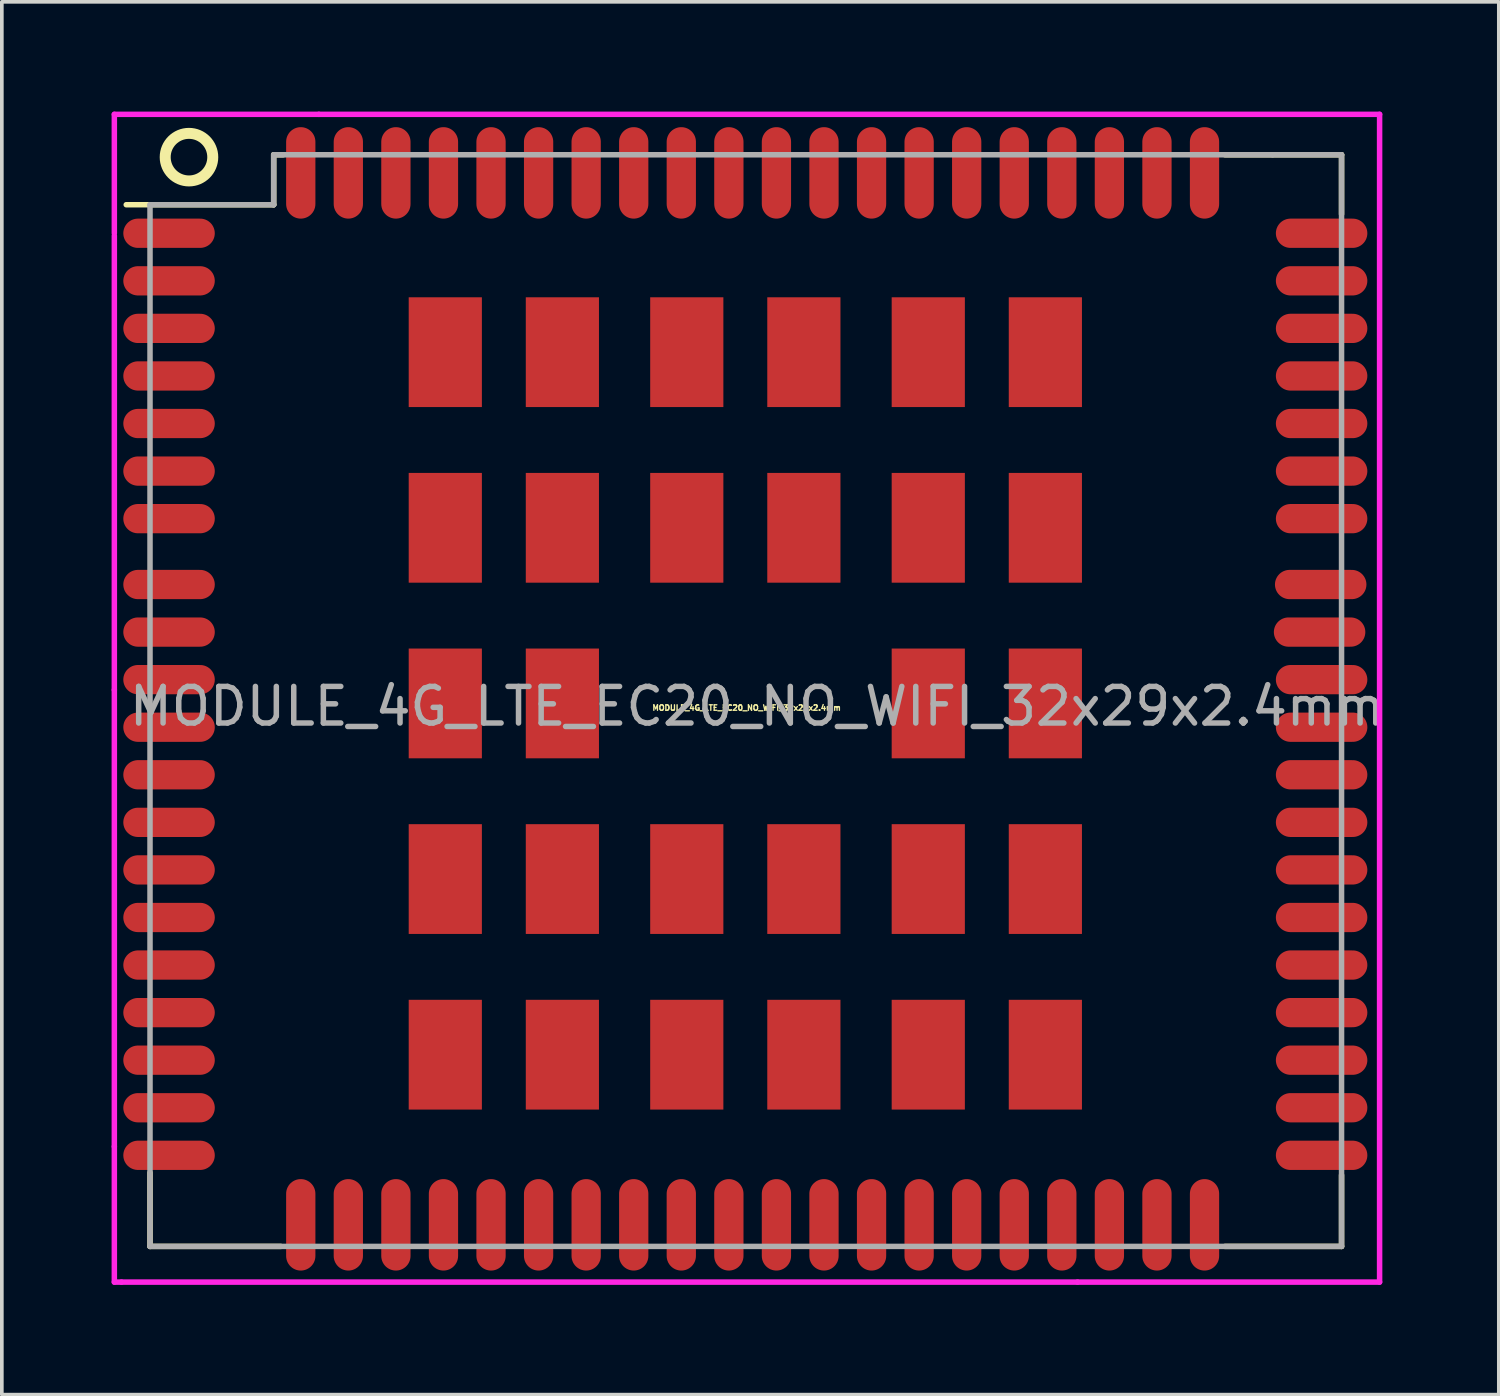
<source format=kicad_pcb>
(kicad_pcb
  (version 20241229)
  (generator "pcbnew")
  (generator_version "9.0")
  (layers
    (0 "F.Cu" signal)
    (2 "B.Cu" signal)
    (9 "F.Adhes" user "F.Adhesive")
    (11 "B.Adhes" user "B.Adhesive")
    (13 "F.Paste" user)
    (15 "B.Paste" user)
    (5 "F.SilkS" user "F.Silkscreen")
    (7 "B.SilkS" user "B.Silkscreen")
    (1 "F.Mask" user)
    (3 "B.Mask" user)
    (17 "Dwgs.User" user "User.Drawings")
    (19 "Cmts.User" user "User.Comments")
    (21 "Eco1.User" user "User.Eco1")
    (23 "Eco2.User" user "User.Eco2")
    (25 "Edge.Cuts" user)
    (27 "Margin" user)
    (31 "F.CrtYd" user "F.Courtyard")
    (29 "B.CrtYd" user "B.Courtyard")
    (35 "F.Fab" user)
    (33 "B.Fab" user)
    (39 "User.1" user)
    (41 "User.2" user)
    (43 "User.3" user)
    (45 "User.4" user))
  (footprint "MODULE_4G_LTE_EC20_NO_WIFI_32x29x2.4mm"
    (layer "F.Cu")
    (at 17.235 16.065)
    (property "Reference" "MODULE_4G_LTE_EC20_NO_WIFI_32x29x2.4mm" (at 0.12 0.23 0) (layer "F.SilkS") (effects (font (size 0.15 0.15) (thickness 0.037))))
    (attr smd)
    (fp_line (start -16.835 -13.52) (end -12.805 -13.52) (stroke (width 0.15) (type solid)) (layer "F.SilkS"))
    (fp_line (start -16.185 12.935) (end -16.185 14.95) (stroke (width 0.15) (type solid)) (layer "F.SilkS"))
    (fp_line (start -16.185 14.95) (end -12.61 14.95) (stroke (width 0.15) (type solid)) (layer "F.SilkS"))
    (fp_line (start -12.805 -14.885) (end -12.545 -14.885) (stroke (width 0.15) (type solid)) (layer "F.SilkS"))
    (fp_line (start -12.805 -13.52) (end -12.805 -14.885) (stroke (width 0.15) (type solid)) (layer "F.SilkS"))
    (fp_line (start 13.195 -14.885) (end 16.38 -14.885) (stroke (width 0.15) (type solid)) (layer "F.SilkS"))
    (fp_line (start 13.195 14.95) (end 16.38 14.95) (stroke (width 0.15) (type solid)) (layer "F.SilkS"))
    (fp_line (start 16.38 -14.885) (end 16.38 -13.26) (stroke (width 0.15) (type solid)) (layer "F.SilkS"))
    (fp_line (start 16.38 14.95) (end 16.38 13) (stroke (width 0.15) (type solid)) (layer "F.SilkS"))
    (fp_circle (center -15.12 -14.82) (end -14.47 -14.82) (stroke (width 0.3) (type solid)) (fill no) (layer "F.SilkS"))
    (fp_line (start -17.16 -15.99) (end -11.57 -15.99) (stroke (width 0.15) (type solid)) (layer "F.CrtYd"))
    (fp_line (start -17.16 -12.74) (end -17.16 -15.99) (stroke (width 0.15) (type solid)) (layer "F.CrtYd"))
    (fp_line (start -17.16 -0.26) (end -17.16 -12.675) (stroke (width 0.15) (type solid)) (layer "F.CrtYd"))
    (fp_line (start -17.16 12.22) (end -17.16 -0.26) (stroke (width 0.15) (type solid)) (layer "F.CrtYd"))
    (fp_line (start -17.16 15.925) (end -17.16 12.22) (stroke (width 0.15) (type solid)) (layer "F.CrtYd"))
    (fp_line (start -16.965 15.925) (end -17.16 15.925) (stroke (width 0.15) (type solid)) (layer "F.CrtYd"))
    (fp_line (start -11.57 -15.99) (end 17.42 -15.99) (stroke (width 0.15) (type solid)) (layer "F.CrtYd"))
    (fp_line (start 9.165 15.925) (end -16.965 15.925) (stroke (width 0.15) (type solid)) (layer "F.CrtYd"))
    (fp_line (start 17.42 -15.99) (end 17.42 15.925) (stroke (width 0.15) (type solid)) (layer "F.CrtYd"))
    (fp_line (start 17.42 15.925) (end 9.165 15.925) (stroke (width 0.15) (type solid)) (layer "F.CrtYd"))
    (fp_line (start -16.185 -13.52) (end -12.805 -13.52) (stroke (width 0.15) (type solid)) (layer "F.Fab"))
    (fp_line (start -16.185 14.95) (end -16.185 -13.52) (stroke (width 0.15) (type solid)) (layer "F.Fab"))
    (fp_line (start -12.805 -14.885) (end 14.495 -14.885) (stroke (width 0.15) (type solid)) (layer "F.Fab"))
    (fp_line (start -12.805 -13.52) (end -12.805 -14.885) (stroke (width 0.15) (type solid)) (layer "F.Fab"))
    (fp_line (start 14.495 -14.885) (end 16.38 -14.885) (stroke (width 0.15) (type solid)) (layer "F.Fab"))
    (fp_line (start 16.38 -14.885) (end 16.38 14.95) (stroke (width 0.15) (type solid)) (layer "F.Fab"))
    (fp_line (start 16.38 14.95) (end -16.185 14.95) (stroke (width 0.15) (type solid)) (layer "F.Fab"))
    (fp_text user "${REFERENCE}" (at 0.41 0.19 0) (layer "F.Fab") (effects (font (size 1 1) (thickness 0.15))))
    (pad "1" smd oval (at -15.665 -12.74) (size 2.5 0.8) (layers "F.Cu" "F.Mask" "F.Paste"))
    (pad "2" smd oval (at -15.665 -11.44) (size 2.5 0.8) (layers "F.Cu" "F.Mask" "F.Paste"))
    (pad "3" smd oval (at -15.665 -10.14) (size 2.5 0.8) (layers "F.Cu" "F.Mask" "F.Paste"))
    (pad "4" smd oval (at -15.665 -8.84) (size 2.5 0.8) (layers "F.Cu" "F.Mask" "F.Paste"))
    (pad "5" smd oval (at -15.665 -7.54) (size 2.5 0.8) (layers "F.Cu" "F.Mask" "F.Paste"))
    (pad "6" smd oval (at -15.665 -6.24) (size 2.5 0.8) (layers "F.Cu" "F.Mask" "F.Paste"))
    (pad "7" smd oval (at -15.665 -4.94) (size 2.5 0.8) (layers "F.Cu" "F.Mask" "F.Paste"))
    (pad "8" smd oval (at -15.665 -0.54) (size 2.5 0.8) (layers "F.Cu" "F.Mask" "F.Paste"))
    (pad "9" smd oval (at -15.665 0.76) (size 2.5 0.8) (layers "F.Cu" "F.Mask" "F.Paste"))
    (pad "10" smd oval (at -15.665 2.06) (size 2.5 0.8) (layers "F.Cu" "F.Mask" "F.Paste"))
    (pad "11" smd oval (at -15.665 3.36) (size 2.5 0.8) (layers "F.Cu" "F.Mask" "F.Paste"))
    (pad "12" smd oval (at -15.665 4.66) (size 2.5 0.8) (layers "F.Cu" "F.Mask" "F.Paste"))
    (pad "13" smd oval (at -15.665 5.96) (size 2.5 0.8) (layers "F.Cu" "F.Mask" "F.Paste"))
    (pad "14" smd oval (at -15.665 7.26) (size 2.5 0.8) (layers "F.Cu" "F.Mask" "F.Paste"))
    (pad "15" smd oval (at -15.665 8.56) (size 2.5 0.8) (layers "F.Cu" "F.Mask" "F.Paste"))
    (pad "16" smd oval (at -15.665 9.86) (size 2.5 0.8) (layers "F.Cu" "F.Mask" "F.Paste"))
    (pad "17" smd oval (at -15.665 11.16) (size 2.5 0.8) (layers "F.Cu" "F.Mask" "F.Paste"))
    (pad "18" smd oval (at -15.665 12.46) (size 2.5 0.8) (layers "F.Cu" "F.Mask" "F.Paste"))
    (pad "19" smd oval (at -9.465 14.36 90) (size 2.5 0.8) (layers "F.Cu" "F.Mask" "F.Paste"))
    (pad "20" smd oval (at -8.165 14.36 90) (size 2.5 0.8) (layers "F.Cu" "F.Mask" "F.Paste"))
    (pad "21" smd oval (at -6.865 14.36 90) (size 2.5 0.8) (layers "F.Cu" "F.Mask" "F.Paste"))
    (pad "22" smd oval (at -5.565 14.36 90) (size 2.5 0.8) (layers "F.Cu" "F.Mask" "F.Paste"))
    (pad "23" smd oval (at -4.265 14.36 90) (size 2.5 0.8) (layers "F.Cu" "F.Mask" "F.Paste"))
    (pad "24" smd oval (at -2.965 14.36 90) (size 2.5 0.8) (layers "F.Cu" "F.Mask" "F.Paste"))
    (pad "25" smd oval (at -1.665 14.36 90) (size 2.5 0.8) (layers "F.Cu" "F.Mask" "F.Paste"))
    (pad "26" smd oval (at -0.365 14.36 90) (size 2.5 0.8) (layers "F.Cu" "F.Mask" "F.Paste"))
    (pad "27" smd oval (at 0.935 14.36 90) (size 2.5 0.8) (layers "F.Cu" "F.Mask" "F.Paste"))
    (pad "28" smd oval (at 2.235 14.36 90) (size 2.5 0.8) (layers "F.Cu" "F.Mask" "F.Paste"))
    (pad "29" smd oval (at 3.535 14.36 90) (size 2.5 0.8) (layers "F.Cu" "F.Mask" "F.Paste"))
    (pad "30" smd oval (at 4.835 14.36 90) (size 2.5 0.8) (layers "F.Cu" "F.Mask" "F.Paste"))
    (pad "31" smd oval (at 6.135 14.36 90) (size 2.5 0.8) (layers "F.Cu" "F.Mask" "F.Paste"))
    (pad "32" smd oval (at 7.435 14.36 90) (size 2.5 0.8) (layers "F.Cu" "F.Mask" "F.Paste"))
    (pad "33" smd oval (at 8.735 14.36 90) (size 2.5 0.8) (layers "F.Cu" "F.Mask" "F.Paste"))
    (pad "34" smd oval (at 10.035 14.36 90) (size 2.5 0.8) (layers "F.Cu" "F.Mask" "F.Paste"))
    (pad "35" smd oval (at 11.335 14.36 90) (size 2.5 0.8) (layers "F.Cu" "F.Mask" "F.Paste"))
    (pad "36" smd oval (at 12.635 14.36 90) (size 2.5 0.8) (layers "F.Cu" "F.Mask" "F.Paste"))
    (pad "37" smd oval (at 15.835 12.46) (size 2.5 0.8) (layers "F.Cu" "F.Mask" "F.Paste"))
    (pad "38" smd oval (at 15.835 11.16) (size 2.5 0.8) (layers "F.Cu" "F.Mask" "F.Paste"))
    (pad "39" smd oval (at 15.835 9.86) (size 2.5 0.8) (layers "F.Cu" "F.Mask" "F.Paste"))
    (pad "40" smd oval (at 15.835 8.56) (size 2.5 0.8) (layers "F.Cu" "F.Mask" "F.Paste"))
    (pad "41" smd oval (at 15.835 7.26) (size 2.5 0.8) (layers "F.Cu" "F.Mask" "F.Paste"))
    (pad "42" smd oval (at 15.835 5.96) (size 2.5 0.8) (layers "F.Cu" "F.Mask" "F.Paste"))
    (pad "43" smd oval (at 15.835 4.66) (size 2.5 0.8) (layers "F.Cu" "F.Mask" "F.Paste"))
    (pad "44" smd oval (at 15.835 3.36) (size 2.5 0.8) (layers "F.Cu" "F.Mask" "F.Paste"))
    (pad "45" smd oval (at 15.835 2.06) (size 2.5 0.8) (layers "F.Cu" "F.Mask" "F.Paste"))
    (pad "46" smd oval (at 15.835 0.76) (size 2.5 0.8) (layers "F.Cu" "F.Mask" "F.Paste"))
    (pad "47" smd oval (at 15.835 -0.54) (size 2.5 0.8) (layers "F.Cu" "F.Mask" "F.Paste"))
    (pad "48" smd oval (at 15.835 -4.94) (size 2.5 0.8) (layers "F.Cu" "F.Mask" "F.Paste"))
    (pad "49" smd oval (at 15.835 -6.24) (size 2.5 0.8) (layers "F.Cu" "F.Mask" "F.Paste"))
    (pad "50" smd oval (at 15.835 -7.54) (size 2.5 0.8) (layers "F.Cu" "F.Mask" "F.Paste"))
    (pad "51" smd oval (at 15.835 -8.84) (size 2.5 0.8) (layers "F.Cu" "F.Mask" "F.Paste"))
    (pad "52" smd oval (at 15.835 -10.14) (size 2.5 0.8) (layers "F.Cu" "F.Mask" "F.Paste"))
    (pad "53" smd oval (at 15.835 -11.44) (size 2.5 0.8) (layers "F.Cu" "F.Mask" "F.Paste"))
    (pad "54" smd oval (at 15.835 -12.74) (size 2.5 0.8) (layers "F.Cu" "F.Mask" "F.Paste"))
    (pad "55" smd oval (at 12.635 -14.39 90) (size 2.5 0.8) (layers "F.Cu" "F.Mask" "F.Paste"))
    (pad "56" smd oval (at 11.335 -14.39 90) (size 2.5 0.8) (layers "F.Cu" "F.Mask" "F.Paste"))
    (pad "57" smd oval (at 10.035 -14.39 90) (size 2.5 0.8) (layers "F.Cu" "F.Mask" "F.Paste"))
    (pad "58" smd oval (at 8.735 -14.39 90) (size 2.5 0.8) (layers "F.Cu" "F.Mask" "F.Paste"))
    (pad "59" smd oval (at 7.435 -14.39 90) (size 2.5 0.8) (layers "F.Cu" "F.Mask" "F.Paste"))
    (pad "60" smd oval (at 6.135 -14.39 90) (size 2.5 0.8) (layers "F.Cu" "F.Mask" "F.Paste"))
    (pad "61" smd oval (at 4.835 -14.39 90) (size 2.5 0.8) (layers "F.Cu" "F.Mask" "F.Paste"))
    (pad "62" smd oval (at 3.535 -14.39 90) (size 2.5 0.8) (layers "F.Cu" "F.Mask" "F.Paste"))
    (pad "63" smd oval (at 2.235 -14.39 90) (size 2.5 0.8) (layers "F.Cu" "F.Mask" "F.Paste"))
    (pad "64" smd oval (at 0.935 -14.39 90) (size 2.5 0.8) (layers "F.Cu" "F.Mask" "F.Paste"))
    (pad "65" smd oval (at -0.365 -14.39 90) (size 2.5 0.8) (layers "F.Cu" "F.Mask" "F.Paste"))
    (pad "66" smd oval (at -1.665 -14.39 90) (size 2.5 0.8) (layers "F.Cu" "F.Mask" "F.Paste"))
    (pad "67" smd oval (at -2.965 -14.39 90) (size 2.5 0.8) (layers "F.Cu" "F.Mask" "F.Paste"))
    (pad "68" smd oval (at -4.265 -14.39 90) (size 2.5 0.8) (layers "F.Cu" "F.Mask" "F.Paste"))
    (pad "69" smd oval (at -5.565 -14.39 90) (size 2.5 0.8) (layers "F.Cu" "F.Mask" "F.Paste"))
    (pad "70" smd oval (at -6.865 -14.39 90) (size 2.5 0.8) (layers "F.Cu" "F.Mask" "F.Paste"))
    (pad "71" smd oval (at -8.165 -14.39 90) (size 2.5 0.8) (layers "F.Cu" "F.Mask" "F.Paste"))
    (pad "72" smd oval (at -9.465 -14.39 90) (size 2.5 0.8) (layers "F.Cu" "F.Mask" "F.Paste"))
    (pad "85" smd rect (at 8.285 -9.49 90) (size 3 2) (layers "F.Cu" "F.Mask" "F.Paste"))
    (pad "86" smd rect (at 8.285 -4.69 90) (size 3 2) (layers "F.Cu" "F.Mask" "F.Paste"))
    (pad "87" smd rect (at 8.285 0.11 90) (size 3 2) (layers "F.Cu" "F.Mask" "F.Paste"))
    (pad "88" smd rect (at 8.285 4.91 90) (size 3 2) (layers "F.Cu" "F.Mask" "F.Paste"))
    (pad "89" smd rect (at 8.285 9.71 90) (size 3 2) (layers "F.Cu" "F.Mask" "F.Paste"))
    (pad "90" smd rect (at 5.085 -9.49 90) (size 3 2) (layers "F.Cu" "F.Mask" "F.Paste"))
    (pad "91" smd rect (at 5.085 -4.69 90) (size 3 2) (layers "F.Cu" "F.Mask" "F.Paste"))
    (pad "92" smd rect (at 5.085 0.11 90) (size 3 2) (layers "F.Cu" "F.Mask" "F.Paste"))
    (pad "93" smd rect (at 5.085 4.91 90) (size 3 2) (layers "F.Cu" "F.Mask" "F.Paste"))
    (pad "94" smd rect (at 5.085 9.71 90) (size 3 2) (layers "F.Cu" "F.Mask" "F.Paste"))
    (pad "95" smd rect (at 1.685 -9.49 90) (size 3 2) (layers "F.Cu" "F.Mask" "F.Paste"))
    (pad "96" smd rect (at 1.685 -4.69 90) (size 3 2) (layers "F.Cu" "F.Mask" "F.Paste"))
    (pad "97" smd rect (at 1.685 4.91 90) (size 3 2) (layers "F.Cu" "F.Mask" "F.Paste"))
    (pad "98" smd rect (at 1.685 9.71 90) (size 3 2) (layers "F.Cu" "F.Mask" "F.Paste"))
    (pad "99" smd rect (at -1.515 -9.49 90) (size 3 2) (layers "F.Cu" "F.Mask" "F.Paste"))
    (pad "100" smd rect (at -1.515 -4.69 90) (size 3 2) (layers "F.Cu" "F.Mask" "F.Paste"))
    (pad "101" smd rect (at -1.515 4.91 90) (size 3 2) (layers "F.Cu" "F.Mask" "F.Paste"))
    (pad "102" smd rect (at -1.515 9.71 90) (size 3 2) (layers "F.Cu" "F.Mask" "F.Paste"))
    (pad "103" smd rect (at -4.915 -9.49 90) (size 3 2) (layers "F.Cu" "F.Mask" "F.Paste"))
    (pad "104" smd rect (at -4.915 -4.69 90) (size 3 2) (layers "F.Cu" "F.Mask" "F.Paste"))
    (pad "105" smd rect (at -4.915 0.11 90) (size 3 2) (layers "F.Cu" "F.Mask" "F.Paste"))
    (pad "106" smd rect (at -4.915 4.91 90) (size 3 2) (layers "F.Cu" "F.Mask" "F.Paste"))
    (pad "107" smd rect (at -4.915 9.71 90) (size 3 2) (layers "F.Cu" "F.Mask" "F.Paste"))
    (pad "108" smd rect (at -8.115 -9.49 90) (size 3 2) (layers "F.Cu" "F.Mask" "F.Paste"))
    (pad "109" smd rect (at -8.115 -4.69 90) (size 3 2) (layers "F.Cu" "F.Mask" "F.Paste"))
    (pad "110" smd rect (at -8.115 0.11 90) (size 3 2) (layers "F.Cu" "F.Mask" "F.Paste"))
    (pad "111" smd rect (at -8.115 4.91 90) (size 3 2) (layers "F.Cu" "F.Mask" "F.Paste"))
    (pad "112" smd rect (at -8.115 9.71 90) (size 3 2) (layers "F.Cu" "F.Mask" "F.Paste"))
    (pad "113" smd oval (at -10.765 -14.39 90) (size 2.5 0.8) (layers "F.Cu" "F.Mask" "F.Paste"))
    (pad "114" smd oval (at -12.065 -14.39 90) (size 2.5 0.8) (layers "F.Cu" "F.Mask" "F.Paste"))
    (pad "115" smd oval (at -10.765 14.36 90) (size 2.5 0.8) (layers "F.Cu" "F.Mask" "F.Paste"))
    (pad "116" smd oval (at -12.065 14.36 90) (size 2.5 0.8) (layers "F.Cu" "F.Mask" "F.Paste"))
    (pad "141" smd oval (at -15.665 -3.14) (size 2.5 0.8) (layers "F.Cu" "F.Mask" "F.Paste"))
    (pad "142" smd oval (at -15.665 -1.84) (size 2.5 0.8) (layers "F.Cu" "F.Mask" "F.Paste"))
    (pad "143" smd oval (at 15.78 -1.84) (size 2.5 0.8) (layers "F.Cu" "F.Mask" "F.Paste"))
    (pad "144" smd oval (at 15.81 -3.14) (size 2.5 0.8) (layers "F.Cu" "F.Mask" "F.Paste")))
  (gr_rect
    (start -3 -3)
    (end 37.913 35.065)
    (stroke (width 0.1) (type default))
    (fill no)
    (layer "Edge.Cuts")))
</source>
